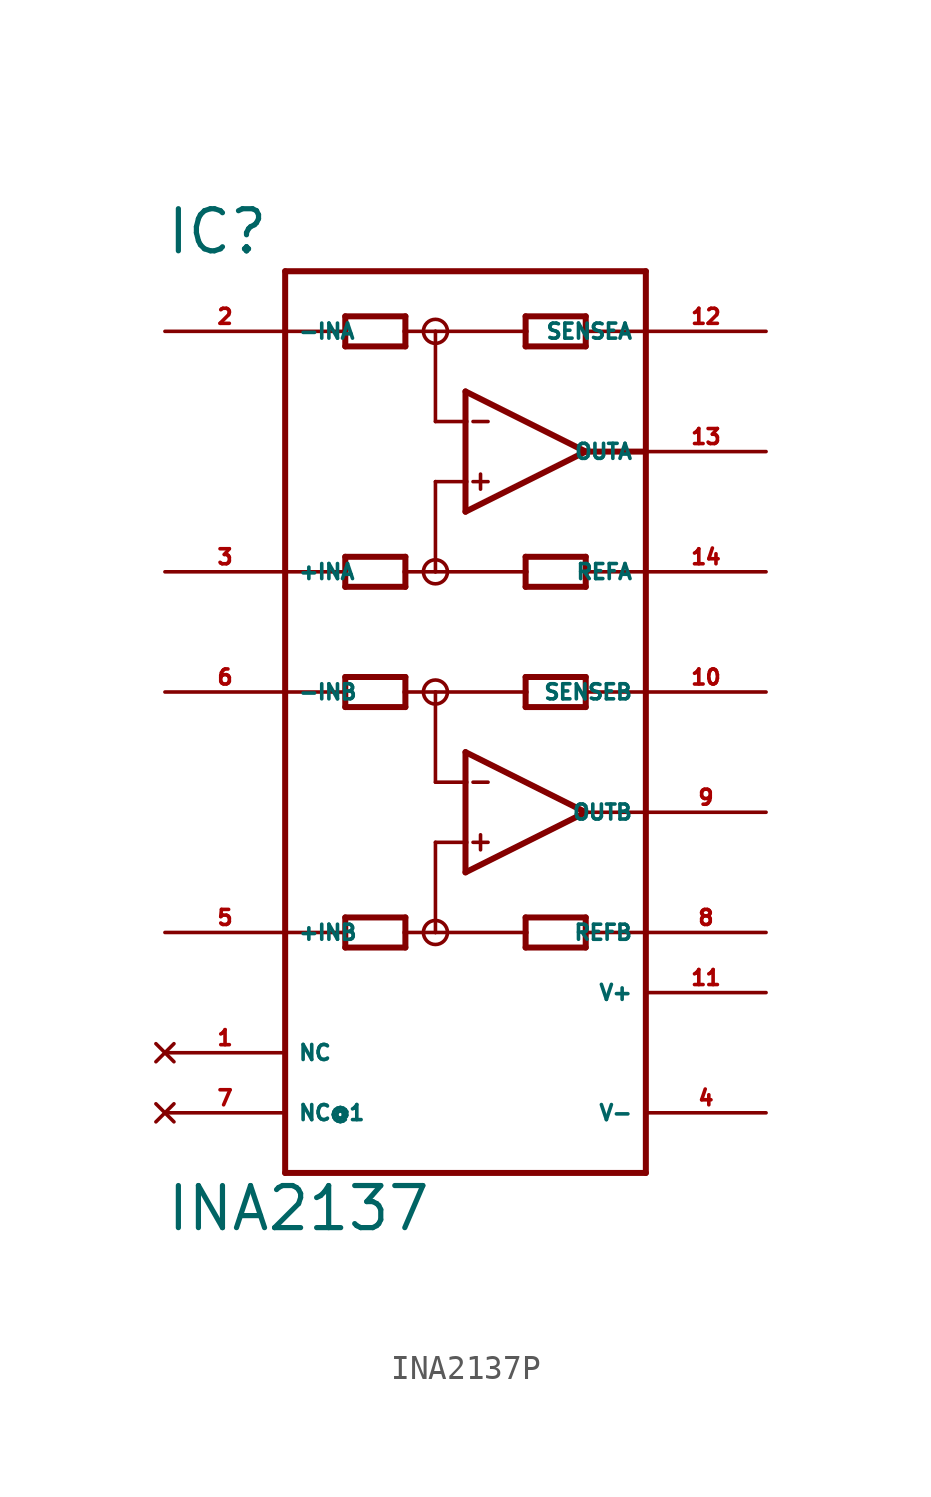
<source format=kicad_sym>
(kicad_symbol_lib
  (version 20220914)
  (generator Eagle2Kicad)
  (symbol "INA2137P"
    (property "Reference" "IC"
      (at -12.7 15.875 0)
      (effects (font (size 1.778 1.778) (thickness 0.22)) (justify left bottom)))
    (property "Value" "INA2137"
      (at -12.7 -25.4 0)
      (effects (font (size 1.778 1.778) (thickness 0.22)) (justify left bottom)))
    (polyline
      (pts (xy 0 5.08) (xy 0 6.35))
      (stroke (width 0.254) (type default))
      (fill (type none)))
    (polyline
      (pts (xy 0 6.35) (xy 0 8.89))
      (stroke (width 0.254) (type default))
      (fill (type none)))
    (polyline
      (pts (xy 0 8.89) (xy 0 10.16))
      (stroke (width 0.254) (type default))
      (fill (type none)))
    (polyline
      (pts (xy 0 10.16) (xy 5.08 7.62))
      (stroke (width 0.254) (type default))
      (fill (type none)))
    (polyline
      (pts (xy 5.08 7.62) (xy 0 5.08))
      (stroke (width 0.254) (type default))
      (fill (type none)))
    (polyline
      (pts (xy -2.54 12.065) (xy -2.54 12.7))
      (stroke (width 0.254) (type default))
      (fill (type none)))
    (polyline
      (pts (xy -2.54 12.7) (xy -2.54 13.335))
      (stroke (width 0.254) (type default))
      (fill (type none)))
    (polyline
      (pts (xy -2.54 13.335) (xy -5.08 13.335))
      (stroke (width 0.254) (type default))
      (fill (type none)))
    (polyline
      (pts (xy -5.08 13.335) (xy -5.08 12.7))
      (stroke (width 0.254) (type default))
      (fill (type none)))
    (polyline
      (pts (xy -5.08 12.7) (xy -5.08 12.065))
      (stroke (width 0.254) (type default))
      (fill (type none)))
    (polyline
      (pts (xy -5.08 12.065) (xy -2.54 12.065))
      (stroke (width 0.254) (type default))
      (fill (type none)))
    (polyline
      (pts (xy 2.54 12.065) (xy 2.54 12.7))
      (stroke (width 0.254) (type default))
      (fill (type none)))
    (polyline
      (pts (xy 2.54 12.7) (xy 2.54 13.335))
      (stroke (width 0.254) (type default))
      (fill (type none)))
    (polyline
      (pts (xy 2.54 13.335) (xy 5.08 13.335))
      (stroke (width 0.254) (type default))
      (fill (type none)))
    (polyline
      (pts (xy 5.08 13.335) (xy 5.08 12.7))
      (stroke (width 0.254) (type default))
      (fill (type none)))
    (polyline
      (pts (xy 5.08 12.7) (xy 5.08 12.065))
      (stroke (width 0.254) (type default))
      (fill (type none)))
    (polyline
      (pts (xy 5.08 12.065) (xy 2.54 12.065))
      (stroke (width 0.254) (type default))
      (fill (type none)))
    (polyline
      (pts (xy 0 8.89) (xy -1.27 8.89))
      (stroke (width 0.152) (type default))
      (fill (type none)))
    (polyline
      (pts (xy -2.54 3.175) (xy -2.54 2.54))
      (stroke (width 0.254) (type default))
      (fill (type none)))
    (polyline
      (pts (xy -2.54 2.54) (xy -2.54 1.905))
      (stroke (width 0.254) (type default))
      (fill (type none)))
    (polyline
      (pts (xy -2.54 1.905) (xy -5.08 1.905))
      (stroke (width 0.254) (type default))
      (fill (type none)))
    (polyline
      (pts (xy -5.08 1.905) (xy -5.08 2.54))
      (stroke (width 0.254) (type default))
      (fill (type none)))
    (polyline
      (pts (xy -5.08 2.54) (xy -5.08 3.175))
      (stroke (width 0.254) (type default))
      (fill (type none)))
    (polyline
      (pts (xy -5.08 3.175) (xy -2.54 3.175))
      (stroke (width 0.254) (type default))
      (fill (type none)))
    (polyline
      (pts (xy 2.54 3.175) (xy 2.54 2.54))
      (stroke (width 0.254) (type default))
      (fill (type none)))
    (polyline
      (pts (xy 2.54 2.54) (xy 2.54 1.905))
      (stroke (width 0.254) (type default))
      (fill (type none)))
    (polyline
      (pts (xy 2.54 1.905) (xy 5.08 1.905))
      (stroke (width 0.254) (type default))
      (fill (type none)))
    (polyline
      (pts (xy 5.08 1.905) (xy 5.08 2.54))
      (stroke (width 0.254) (type default))
      (fill (type none)))
    (polyline
      (pts (xy 5.08 2.54) (xy 5.08 3.175))
      (stroke (width 0.254) (type default))
      (fill (type none)))
    (polyline
      (pts (xy 5.08 3.175) (xy 2.54 3.175))
      (stroke (width 0.254) (type default))
      (fill (type none)))
    (polyline
      (pts (xy -1.27 8.89) (xy -1.27 12.7))
      (stroke (width 0.152) (type default))
      (fill (type none)))
    (polyline
      (pts (xy -1.27 12.7) (xy -2.54 12.7))
      (stroke (width 0.152) (type default))
      (fill (type none)))
    (polyline
      (pts (xy -1.27 12.7) (xy 2.54 12.7))
      (stroke (width 0.152) (type default))
      (fill (type none)))
    (polyline
      (pts (xy 0 6.35) (xy -1.27 6.35))
      (stroke (width 0.152) (type default))
      (fill (type none)))
    (polyline
      (pts (xy -1.27 6.35) (xy -1.27 2.54))
      (stroke (width 0.152) (type default))
      (fill (type none)))
    (polyline
      (pts (xy -1.27 2.54) (xy -2.54 2.54))
      (stroke (width 0.152) (type default))
      (fill (type none)))
    (polyline
      (pts (xy -1.27 2.54) (xy 2.54 2.54))
      (stroke (width 0.152) (type default))
      (fill (type none)))
    (polyline
      (pts (xy 0.318 8.89) (xy 0.953 8.89))
      (stroke (width 0.152) (type default))
      (fill (type none)))
    (polyline
      (pts (xy 0.318 6.35) (xy 0.953 6.35))
      (stroke (width 0.152) (type default))
      (fill (type none)))
    (polyline
      (pts (xy 0.635 6.668) (xy 0.635 6.032))
      (stroke (width 0.152) (type default))
      (fill (type none)))
    (polyline
      (pts (xy -7.62 12.7) (xy -5.08 12.7))
      (stroke (width 0.152) (type default))
      (fill (type none)))
    (polyline
      (pts (xy 7.62 12.7) (xy 5.08 12.7))
      (stroke (width 0.152) (type default))
      (fill (type none)))
    (polyline
      (pts (xy 5.08 7.62) (xy 7.62 7.62))
      (stroke (width 0.254) (type default))
      (fill (type none)))
    (polyline
      (pts (xy 7.62 2.54) (xy 5.08 2.54))
      (stroke (width 0.152) (type default))
      (fill (type none)))
    (polyline
      (pts (xy -7.62 2.54) (xy -5.08 2.54))
      (stroke (width 0.152) (type default))
      (fill (type none)))
    (polyline
      (pts (xy -7.62 -22.86) (xy 7.62 -22.86))
      (stroke (width 0.254) (type default))
      (fill (type none)))
    (polyline
      (pts (xy 7.62 -22.86) (xy 7.62 -12.7))
      (stroke (width 0.254) (type default))
      (fill (type none)))
    (polyline
      (pts (xy 7.62 -12.7) (xy 7.62 -7.62))
      (stroke (width 0.254) (type default))
      (fill (type none)))
    (polyline
      (pts (xy 7.62 -7.62) (xy 7.62 -2.54))
      (stroke (width 0.254) (type default))
      (fill (type none)))
    (polyline
      (pts (xy 7.62 -2.54) (xy 7.62 15.24))
      (stroke (width 0.254) (type default))
      (fill (type none)))
    (polyline
      (pts (xy 7.62 15.24) (xy -7.62 15.24))
      (stroke (width 0.254) (type default))
      (fill (type none)))
    (polyline
      (pts (xy -7.62 15.24) (xy -7.62 -2.54))
      (stroke (width 0.254) (type default))
      (fill (type none)))
    (polyline
      (pts (xy -7.62 -2.54) (xy -7.62 -12.7))
      (stroke (width 0.254) (type default))
      (fill (type none)))
    (polyline
      (pts (xy -7.62 -12.7) (xy -7.62 -22.86))
      (stroke (width 0.254) (type default))
      (fill (type none)))
    (polyline
      (pts (xy 0 -10.16) (xy 0 -8.89))
      (stroke (width 0.254) (type default))
      (fill (type none)))
    (polyline
      (pts (xy 0 -8.89) (xy 0 -6.35))
      (stroke (width 0.254) (type default))
      (fill (type none)))
    (polyline
      (pts (xy 0 -6.35) (xy 0 -5.08))
      (stroke (width 0.254) (type default))
      (fill (type none)))
    (polyline
      (pts (xy 0 -5.08) (xy 5.08 -7.62))
      (stroke (width 0.254) (type default))
      (fill (type none)))
    (polyline
      (pts (xy 5.08 -7.62) (xy 0 -10.16))
      (stroke (width 0.254) (type default))
      (fill (type none)))
    (polyline
      (pts (xy -2.54 -3.175) (xy -2.54 -2.54))
      (stroke (width 0.254) (type default))
      (fill (type none)))
    (polyline
      (pts (xy -2.54 -2.54) (xy -2.54 -1.905))
      (stroke (width 0.254) (type default))
      (fill (type none)))
    (polyline
      (pts (xy -2.54 -1.905) (xy -5.08 -1.905))
      (stroke (width 0.254) (type default))
      (fill (type none)))
    (polyline
      (pts (xy -5.08 -1.905) (xy -5.08 -2.54))
      (stroke (width 0.254) (type default))
      (fill (type none)))
    (polyline
      (pts (xy -5.08 -2.54) (xy -5.08 -3.175))
      (stroke (width 0.254) (type default))
      (fill (type none)))
    (polyline
      (pts (xy -5.08 -3.175) (xy -2.54 -3.175))
      (stroke (width 0.254) (type default))
      (fill (type none)))
    (polyline
      (pts (xy 2.54 -3.175) (xy 2.54 -2.54))
      (stroke (width 0.254) (type default))
      (fill (type none)))
    (polyline
      (pts (xy 2.54 -2.54) (xy 2.54 -1.905))
      (stroke (width 0.254) (type default))
      (fill (type none)))
    (polyline
      (pts (xy 2.54 -1.905) (xy 5.08 -1.905))
      (stroke (width 0.254) (type default))
      (fill (type none)))
    (polyline
      (pts (xy 5.08 -1.905) (xy 5.08 -2.54))
      (stroke (width 0.254) (type default))
      (fill (type none)))
    (polyline
      (pts (xy 5.08 -2.54) (xy 5.08 -3.175))
      (stroke (width 0.254) (type default))
      (fill (type none)))
    (polyline
      (pts (xy 5.08 -3.175) (xy 2.54 -3.175))
      (stroke (width 0.254) (type default))
      (fill (type none)))
    (polyline
      (pts (xy 0 -6.35) (xy -1.27 -6.35))
      (stroke (width 0.152) (type default))
      (fill (type none)))
    (polyline
      (pts (xy -2.54 -12.065) (xy -2.54 -12.7))
      (stroke (width 0.254) (type default))
      (fill (type none)))
    (polyline
      (pts (xy -2.54 -12.7) (xy -2.54 -13.335))
      (stroke (width 0.254) (type default))
      (fill (type none)))
    (polyline
      (pts (xy -2.54 -13.335) (xy -5.08 -13.335))
      (stroke (width 0.254) (type default))
      (fill (type none)))
    (polyline
      (pts (xy -5.08 -13.335) (xy -5.08 -12.7))
      (stroke (width 0.254) (type default))
      (fill (type none)))
    (polyline
      (pts (xy -5.08 -12.7) (xy -5.08 -12.065))
      (stroke (width 0.254) (type default))
      (fill (type none)))
    (polyline
      (pts (xy -5.08 -12.065) (xy -2.54 -12.065))
      (stroke (width 0.254) (type default))
      (fill (type none)))
    (polyline
      (pts (xy 2.54 -12.065) (xy 2.54 -12.7))
      (stroke (width 0.254) (type default))
      (fill (type none)))
    (polyline
      (pts (xy 2.54 -12.7) (xy 2.54 -13.335))
      (stroke (width 0.254) (type default))
      (fill (type none)))
    (polyline
      (pts (xy 2.54 -13.335) (xy 5.08 -13.335))
      (stroke (width 0.254) (type default))
      (fill (type none)))
    (polyline
      (pts (xy 5.08 -13.335) (xy 5.08 -12.7))
      (stroke (width 0.254) (type default))
      (fill (type none)))
    (polyline
      (pts (xy 5.08 -12.7) (xy 5.08 -12.065))
      (stroke (width 0.254) (type default))
      (fill (type none)))
    (polyline
      (pts (xy 5.08 -12.065) (xy 2.54 -12.065))
      (stroke (width 0.254) (type default))
      (fill (type none)))
    (polyline
      (pts (xy -1.27 -6.35) (xy -1.27 -2.54))
      (stroke (width 0.152) (type default))
      (fill (type none)))
    (polyline
      (pts (xy -1.27 -2.54) (xy -2.54 -2.54))
      (stroke (width 0.152) (type default))
      (fill (type none)))
    (polyline
      (pts (xy -1.27 -2.54) (xy 2.54 -2.54))
      (stroke (width 0.152) (type default))
      (fill (type none)))
    (polyline
      (pts (xy 0 -8.89) (xy -1.27 -8.89))
      (stroke (width 0.152) (type default))
      (fill (type none)))
    (polyline
      (pts (xy -1.27 -8.89) (xy -1.27 -12.7))
      (stroke (width 0.152) (type default))
      (fill (type none)))
    (polyline
      (pts (xy -1.27 -12.7) (xy -2.54 -12.7))
      (stroke (width 0.152) (type default))
      (fill (type none)))
    (polyline
      (pts (xy -1.27 -12.7) (xy 2.54 -12.7))
      (stroke (width 0.152) (type default))
      (fill (type none)))
    (polyline
      (pts (xy 0.318 -6.35) (xy 0.953 -6.35))
      (stroke (width 0.152) (type default))
      (fill (type none)))
    (polyline
      (pts (xy 0.318 -8.89) (xy 0.953 -8.89))
      (stroke (width 0.152) (type default))
      (fill (type none)))
    (polyline
      (pts (xy 0.635 -8.572) (xy 0.635 -9.207))
      (stroke (width 0.152) (type default))
      (fill (type none)))
    (polyline
      (pts (xy -7.62 -2.54) (xy -5.08 -2.54))
      (stroke (width 0.152) (type default))
      (fill (type none)))
    (polyline
      (pts (xy 7.62 -2.54) (xy 5.08 -2.54))
      (stroke (width 0.152) (type default))
      (fill (type none)))
    (polyline
      (pts (xy 5.08 -7.62) (xy 7.62 -7.62))
      (stroke (width 0.152) (type default))
      (fill (type none)))
    (polyline
      (pts (xy 7.62 -12.7) (xy 5.08 -12.7))
      (stroke (width 0.152) (type default))
      (fill (type none)))
    (polyline
      (pts (xy -7.62 -12.7) (xy -5.08 -12.7))
      (stroke (width 0.152) (type default))
      (fill (type none)))
    (circle
      (center -1.27 12.7)
      (radius 0.508)
      (stroke (width 0) (type default))
      (fill (type none)))
    (circle
      (center -1.27 -2.54)
      (radius 0.508)
      (stroke (width 0) (type default))
      (fill (type none)))
    (circle
      (center -1.27 2.54)
      (radius 0.508)
      (stroke (width 0) (type default))
      (fill (type none)))
    (circle
      (center -1.27 -12.7)
      (radius 0.508)
      (stroke (width 0) (type default))
      (fill (type none)))
    (pin input line
      (at -12.7 12.7 0)
      (length 5.08)
      (name "-INA" (effects (font (size 0.635 0.635) (thickness 0.08)) (justify left bottom)))
      (number "2" (effects (font (size 0.635 0.635) (thickness 0.08)) (justify left bottom))))
    (pin input line
      (at -12.7 2.54 0)
      (length 5.08)
      (name "+INA" (effects (font (size 0.635 0.635) (thickness 0.08)) (justify left bottom)))
      (number "3" (effects (font (size 0.635 0.635) (thickness 0.08)) (justify left bottom))))
    (pin output line
      (at 12.7 7.62 180)
      (length 5.08)
      (name "OUTA" (effects (font (size 0.635 0.635) (thickness 0.08)) (justify left bottom)))
      (number "13" (effects (font (size 0.635 0.635) (thickness 0.08)) (justify left bottom))))
    (pin unspecified line
      (at 12.7 -15.24 180)
      (length 5.08)
      (name "V+" (effects (font (size 0.635 0.635) (thickness 0.08)) (justify left bottom)))
      (number "11" (effects (font (size 0.635 0.635) (thickness 0.08)) (justify left bottom))))
    (pin unspecified line
      (at 12.7 -20.32 180)
      (length 5.08)
      (name "V-" (effects (font (size 0.635 0.635) (thickness 0.08)) (justify left bottom)))
      (number "4" (effects (font (size 0.635 0.635) (thickness 0.08)) (justify left bottom))))
    (pin passive line
      (at 12.7 12.7 180)
      (length 5.08)
      (name "SENSEA" (effects (font (size 0.635 0.635) (thickness 0.08)) (justify left bottom)))
      (number "12" (effects (font (size 0.635 0.635) (thickness 0.08)) (justify left bottom))))
    (pin passive line
      (at 12.7 2.54 180)
      (length 5.08)
      (name "REFA" (effects (font (size 0.635 0.635) (thickness 0.08)) (justify left bottom)))
      (number "14" (effects (font (size 0.635 0.635) (thickness 0.08)) (justify left bottom))))
    (pin no_connect line
      (at -12.7 -17.78 0)
      (length 5.08)
      (name "NC" (effects (font (size 0.635 0.635) (thickness 0.08)) (justify left bottom) hide))
      (number "1" (effects (font (size 0.635 0.635) (thickness 0.08)) (justify left bottom) hide)))
    (pin input line
      (at -12.7 -2.54 0)
      (length 5.08)
      (name "-INB" (effects (font (size 0.635 0.635) (thickness 0.08)) (justify left bottom)))
      (number "6" (effects (font (size 0.635 0.635) (thickness 0.08)) (justify left bottom))))
    (pin input line
      (at -12.7 -12.7 0)
      (length 5.08)
      (name "+INB" (effects (font (size 0.635 0.635) (thickness 0.08)) (justify left bottom)))
      (number "5" (effects (font (size 0.635 0.635) (thickness 0.08)) (justify left bottom))))
    (pin output line
      (at 12.7 -7.62 180)
      (length 5.08)
      (name "OUTB" (effects (font (size 0.635 0.635) (thickness 0.08)) (justify left bottom)))
      (number "9" (effects (font (size 0.635 0.635) (thickness 0.08)) (justify left bottom))))
    (pin passive line
      (at 12.7 -2.54 180)
      (length 5.08)
      (name "SENSEB" (effects (font (size 0.635 0.635) (thickness 0.08)) (justify left bottom)))
      (number "10" (effects (font (size 0.635 0.635) (thickness 0.08)) (justify left bottom))))
    (pin passive line
      (at 12.7 -12.7 180)
      (length 5.08)
      (name "REFB" (effects (font (size 0.635 0.635) (thickness 0.08)) (justify left bottom)))
      (number "8" (effects (font (size 0.635 0.635) (thickness 0.08)) (justify left bottom))))
    (pin no_connect line
      (at -12.7 -20.32 0)
      (length 5.08)
      (name "NC@1" (effects (font (size 0.635 0.635) (thickness 0.08)) (justify left bottom) hide))
      (number "7" (effects (font (size 0.635 0.635) (thickness 0.08)) (justify left bottom) hide)))))
</source>
